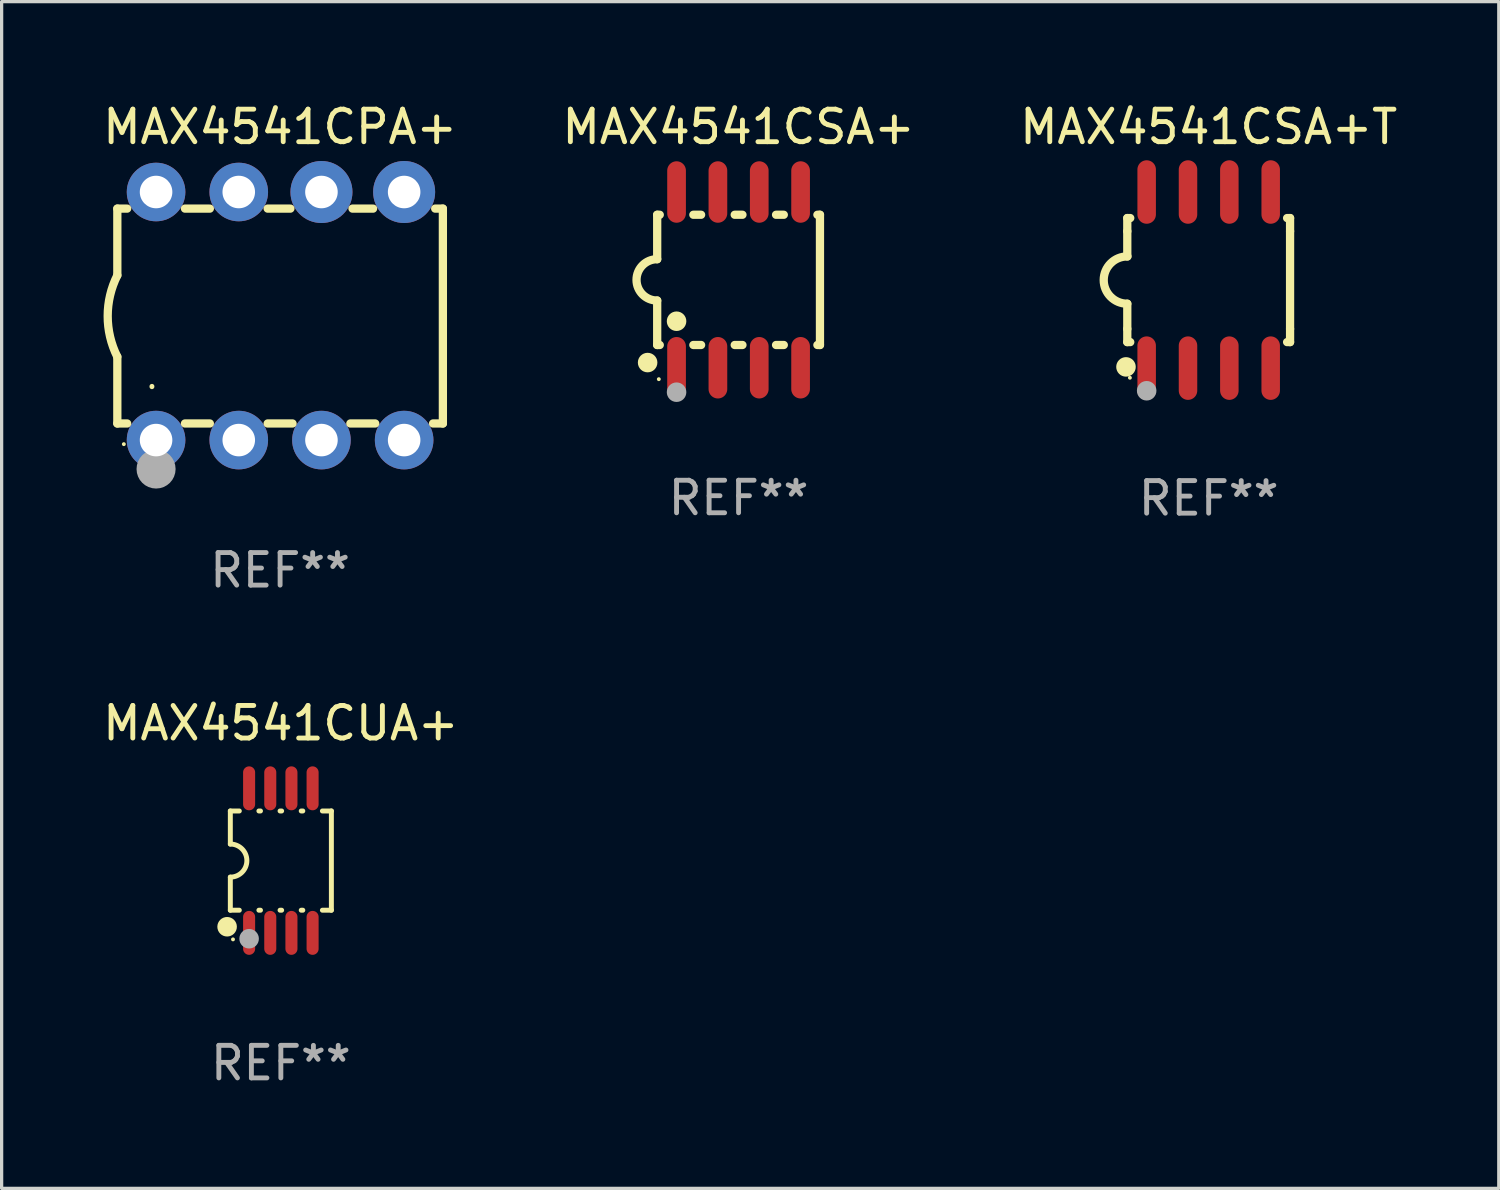
<source format=kicad_pcb>
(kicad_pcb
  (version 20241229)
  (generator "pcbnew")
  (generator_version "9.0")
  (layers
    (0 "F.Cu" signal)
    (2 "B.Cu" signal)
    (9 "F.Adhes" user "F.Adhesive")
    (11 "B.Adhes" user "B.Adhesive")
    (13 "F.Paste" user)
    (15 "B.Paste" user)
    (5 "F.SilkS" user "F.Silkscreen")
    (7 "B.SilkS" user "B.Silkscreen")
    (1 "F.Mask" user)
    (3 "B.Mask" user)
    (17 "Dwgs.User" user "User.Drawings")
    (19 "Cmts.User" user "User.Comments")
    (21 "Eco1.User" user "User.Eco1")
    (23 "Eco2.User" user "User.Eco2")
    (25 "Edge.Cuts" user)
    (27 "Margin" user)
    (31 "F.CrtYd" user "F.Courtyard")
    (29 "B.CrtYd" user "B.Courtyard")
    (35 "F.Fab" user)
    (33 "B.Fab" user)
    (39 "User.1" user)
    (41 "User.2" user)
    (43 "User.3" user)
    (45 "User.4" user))
  (footprint "MAX4541CSA+T"
    (layer "F.Cu")
    (at 34.077 5.553)
    (property "Reference" "MAX4541CSA+T" (at 0 -4.705 0) (layer "F.SilkS") (effects (font (size 1 1) (thickness 0.15))))
    (attr through_hole)
    (fp_line (start -2.5 -1.905) (end -2.409 -1.905) (stroke (width 0.254) (type solid)) (layer "F.SilkS"))
    (fp_line (start -2.5 -1.5) (end -2.5 -1.905) (stroke (width 0.254) (type solid)) (layer "F.SilkS"))
    (fp_line (start -2.5 -1.5) (end -2.5 -0.726) (stroke (width 0.254) (type solid)) (layer "F.SilkS"))
    (fp_line (start -2.5 1.5) (end -2.5 0.727) (stroke (width 0.254) (type solid)) (layer "F.SilkS"))
    (fp_line (start -2.5 1.5) (end -2.5 1.905) (stroke (width 0.254) (type solid)) (layer "F.SilkS"))
    (fp_line (start -2.5 1.905) (end -2.409 1.905) (stroke (width 0.254) (type solid)) (layer "F.SilkS"))
    (fp_line (start 2.5 -1.905) (end 2.409 -1.905) (stroke (width 0.254) (type solid)) (layer "F.SilkS"))
    (fp_line (start 2.5 -1.5) (end 2.5 -1.905) (stroke (width 0.254) (type solid)) (layer "F.SilkS"))
    (fp_line (start 2.5 -1.5) (end 2.5 1.5) (stroke (width 0.254) (type solid)) (layer "F.SilkS"))
    (fp_line (start 2.5 1.5) (end 2.5 1.905) (stroke (width 0.254) (type solid)) (layer "F.SilkS"))
    (fp_line (start 2.5 1.905) (end 2.409 1.905) (stroke (width 0.254) (type solid)) (layer "F.SilkS"))
    (fp_arc (start -2.5 0.726568) (mid -3.220316 -0.0023) (end -2.495097 -0.726289) (stroke (width 0.254001) (type solid)) (layer "F.SilkS"))
    (fp_circle (center -2.54 2.667) (end -2.39 2.667) (stroke (width 0.3) (type solid)) (fill no) (layer "F.SilkS"))
    (fp_circle (center -2.42 3) (end -2.39 3) (stroke (width 0.06) (type solid)) (fill no) (layer "F.SilkS"))
    (fp_circle (center -1.905 3.4) (end -1.755 3.4) (stroke (width 0.3) (type solid)) (fill no) (layer "F.Fab"))
    (fp_text user "REF**" (at 0 6.705 0) (layer "F.Fab") (effects (font (size 1 1) (thickness 0.15))))
    (pad "1" smd oval (at -1.905 2.705) (size 0.568 1.95) (layers "F.Cu" "F.Mask" "F.Paste"))
    (pad "2" smd oval (at -0.635 2.705) (size 0.568 1.95) (layers "F.Cu" "F.Mask" "F.Paste"))
    (pad "3" smd oval (at 0.635 2.705) (size 0.568 1.95) (layers "F.Cu" "F.Mask" "F.Paste"))
    (pad "4" smd oval (at 1.905 2.705) (size 0.568 1.95) (layers "F.Cu" "F.Mask" "F.Paste"))
    (pad "5" smd oval (at 1.905 -2.705) (size 0.568 1.95) (layers "F.Cu" "F.Mask" "F.Paste"))
    (pad "6" smd oval (at 0.635 -2.705) (size 0.568 1.95) (layers "F.Cu" "F.Mask" "F.Paste"))
    (pad "7" smd oval (at -0.635 -2.705) (size 0.568 1.95) (layers "F.Cu" "F.Mask" "F.Paste"))
    (pad "8" smd oval (at -1.905 -2.705) (size 0.568 1.95) (layers "F.Cu" "F.Mask" "F.Paste")))
  (footprint "MAX4541CPA+"
    (layer "F.Cu")
    (at 5.554 6.658)
    (property "Reference" "MAX4541CPA+" (at 0 -5.81 0) (layer "F.SilkS") (effects (font (size 1 1) (thickness 0.15))))
    (attr through_hole)
    (fp_line (start -5 -3.3) (end -5 -1.25) (stroke (width 0.254) (type solid)) (layer "F.SilkS"))
    (fp_line (start -5 -3.3) (end -4.698 -3.3) (stroke (width 0.254) (type solid)) (layer "F.SilkS"))
    (fp_line (start -5 3.3) (end -5 1.25) (stroke (width 0.254) (type solid)) (layer "F.SilkS"))
    (fp_line (start -5 3.3) (end -4.698 3.3) (stroke (width 0.254) (type solid)) (layer "F.SilkS"))
    (fp_line (start -2.922 -3.3) (end -2.158 -3.3) (stroke (width 0.254) (type solid)) (layer "F.SilkS"))
    (fp_line (start -2.922 3.3) (end -2.158 3.3) (stroke (width 0.254) (type solid)) (layer "F.SilkS"))
    (fp_line (start -0.382 -3.3) (end 0.316 -3.3) (stroke (width 0.254) (type solid)) (layer "F.SilkS"))
    (fp_line (start -0.382 3.3) (end 0.382 3.3) (stroke (width 0.254) (type solid)) (layer "F.SilkS"))
    (fp_line (start 2.158 3.3) (end 2.922 3.3) (stroke (width 0.254) (type solid)) (layer "F.SilkS"))
    (fp_line (start 2.224 -3.3) (end 2.856 -3.3) (stroke (width 0.254) (type solid)) (layer "F.SilkS"))
    (fp_line (start 4.698 3.3) (end 5 3.3) (stroke (width 0.254) (type solid)) (layer "F.SilkS"))
    (fp_line (start 4.764 -3.3) (end 5 -3.3) (stroke (width 0.254) (type solid)) (layer "F.SilkS"))
    (fp_line (start 5 -3.3) (end 5 3.3) (stroke (width 0.254) (type solid)) (layer "F.SilkS"))
    (fp_arc (start -5.00127 1.249682) (mid -5.295892 -0.000313) (end -5.000025 -1.250013) (stroke (width 0.254001) (type solid)) (layer "F.SilkS"))
    (fp_arc (start -3.937262 2.170256) (mid -3.937197 2.164629) (end -3.937008 2.159004) (stroke (width 0.149987) (type solid)) (layer "F.SilkS"))
    (fp_circle (center -4.8 3.935) (end -4.77 3.935) (stroke (width 0.06) (type solid)) (fill no) (layer "F.SilkS"))
    (fp_circle (center -3.81 4.699) (end -3.51 4.699) (stroke (width 0.6) (type solid)) (fill no) (layer "F.Fab"))
    (fp_text user "REF**" (at 0 7.81 0) (layer "F.Fab") (effects (font (size 1 1) (thickness 0.15))))
    (pad "1" thru_hole circle (at -3.81 3.81) (size 1.8 1.8) (drill 1) (layers "*.Cu" "*.Mask"))
    (pad "2" thru_hole circle (at -1.27 3.81) (size 1.8 1.8) (drill 1) (layers "*.Cu" "*.Mask"))
    (pad "3" thru_hole circle (at 1.27 3.81) (size 1.8 1.8) (drill 1) (layers "*.Cu" "*.Mask"))
    (pad "4" thru_hole circle (at 3.81 3.81) (size 1.8 1.8) (drill 1) (layers "*.Cu" "*.Mask"))
    (pad "5" thru_hole circle (at 3.81 -3.81) (size 1.905 1.905) (drill 1) (layers "*.Cu" "*.Mask"))
    (pad "6" thru_hole circle (at 1.27 -3.81) (size 1.905 1.905) (drill 1) (layers "*.Cu" "*.Mask"))
    (pad "7" thru_hole circle (at -1.27 -3.81) (size 1.8 1.8) (drill 1) (layers "*.Cu" "*.Mask"))
    (pad "8" thru_hole circle (at -3.81 -3.81) (size 1.8 1.8) (drill 1) (layers "*.Cu" "*.Mask")))
  (footprint "MAX4541CSA+"
    (layer "F.Cu")
    (at 19.637 5.547)
    (property "Reference" "MAX4541CSA+" (at 0 -4.699 0) (layer "F.SilkS") (effects (font (size 1 1) (thickness 0.15))))
    (attr through_hole)
    (fp_line (start -2.5 -2) (end -2.5 -0.635) (stroke (width 0.254) (type solid)) (layer "F.SilkS"))
    (fp_line (start -2.5 -2) (end -2.421 -2) (stroke (width 0.254) (type solid)) (layer "F.SilkS"))
    (fp_line (start -2.5 2) (end -2.5 0.635) (stroke (width 0.254) (type solid)) (layer "F.SilkS"))
    (fp_line (start -2.5 2) (end -2.421 2) (stroke (width 0.254) (type solid)) (layer "F.SilkS"))
    (fp_line (start -1.389 -2) (end -1.151 -2) (stroke (width 0.254) (type solid)) (layer "F.SilkS"))
    (fp_line (start -1.389 2) (end -1.151 2) (stroke (width 0.254) (type solid)) (layer "F.SilkS"))
    (fp_line (start -0.119 -2) (end 0.119 -2) (stroke (width 0.254) (type solid)) (layer "F.SilkS"))
    (fp_line (start -0.119 2) (end 0.119 2) (stroke (width 0.254) (type solid)) (layer "F.SilkS"))
    (fp_line (start 1.151 -2) (end 1.389 -2) (stroke (width 0.254) (type solid)) (layer "F.SilkS"))
    (fp_line (start 1.151 2) (end 1.389 2) (stroke (width 0.254) (type solid)) (layer "F.SilkS"))
    (fp_line (start 2.421 -2) (end 2.5 -2) (stroke (width 0.254) (type solid)) (layer "F.SilkS"))
    (fp_line (start 2.421 2) (end 2.5 2) (stroke (width 0.254) (type solid)) (layer "F.SilkS"))
    (fp_line (start 2.5 -2) (end 2.5 2) (stroke (width 0.254) (type solid)) (layer "F.SilkS"))
    (fp_arc (start -2.5 0.635001) (mid -3.134366 -0.000318) (end -2.499365 -0.635001) (stroke (width 0.254001) (type solid)) (layer "F.SilkS"))
    (fp_circle (center -2.794 2.54) (end -2.644 2.54) (stroke (width 0.3) (type solid)) (fill no) (layer "F.SilkS"))
    (fp_circle (center -2.45 3.05) (end -2.42 3.05) (stroke (width 0.06) (type solid)) (fill no) (layer "F.SilkS"))
    (fp_circle (center -1.905 1.27) (end -1.755 1.27) (stroke (width 0.3) (type solid)) (fill no) (layer "F.SilkS"))
    (fp_circle (center -1.905 3.45) (end -1.755 3.45) (stroke (width 0.3) (type solid)) (fill no) (layer "F.Fab"))
    (fp_text user "REF**" (at 0 6.699 0) (layer "F.Fab") (effects (font (size 1 1) (thickness 0.15))))
    (pad "1" smd oval (at -1.905 2.699) (size 0.574 1.888) (layers "F.Cu" "F.Mask" "F.Paste"))
    (pad "2" smd oval (at -0.635 2.699) (size 0.574 1.888) (layers "F.Cu" "F.Mask" "F.Paste"))
    (pad "3" smd oval (at 0.635 2.699) (size 0.574 1.888) (layers "F.Cu" "F.Mask" "F.Paste"))
    (pad "4" smd oval (at 1.905 2.699) (size 0.574 1.888) (layers "F.Cu" "F.Mask" "F.Paste"))
    (pad "5" smd oval (at 1.905 -2.699) (size 0.574 1.888) (layers "F.Cu" "F.Mask" "F.Paste"))
    (pad "6" smd oval (at 0.635 -2.699) (size 0.574 1.888) (layers "F.Cu" "F.Mask" "F.Paste"))
    (pad "7" smd oval (at -0.635 -2.699) (size 0.574 1.888) (layers "F.Cu" "F.Mask" "F.Paste"))
    (pad "8" smd oval (at -1.905 -2.699) (size 0.574 1.888) (layers "F.Cu" "F.Mask" "F.Paste")))
  (footprint "MAX4541CUA+"
    (layer "F.Cu")
    (at 5.577 23.385)
    (property "Reference" "MAX4541CUA+" (at 0 -4.22 0) (layer "F.SilkS") (effects (font (size 1 1) (thickness 0.15))))
    (attr through_hole)
    (fp_line (start -1.552 -1.524) (end -1.276 -1.524) (stroke (width 0.152) (type solid)) (layer "F.SilkS"))
    (fp_line (start -1.552 -0.508) (end -1.552 -1.524) (stroke (width 0.152) (type solid)) (layer "F.SilkS"))
    (fp_line (start -1.552 1.524) (end -1.552 0.508) (stroke (width 0.152) (type solid)) (layer "F.SilkS"))
    (fp_line (start -1.552 1.524) (end -1.276 1.524) (stroke (width 0.152) (type solid)) (layer "F.SilkS"))
    (fp_line (start -0.674 -1.524) (end -0.626 -1.524) (stroke (width 0.152) (type solid)) (layer "F.SilkS"))
    (fp_line (start -0.674 1.524) (end -0.626 1.524) (stroke (width 0.152) (type solid)) (layer "F.SilkS"))
    (fp_line (start -0.024 -1.524) (end 0.024 -1.524) (stroke (width 0.152) (type solid)) (layer "F.SilkS"))
    (fp_line (start -0.024 1.524) (end 0.024 1.524) (stroke (width 0.152) (type solid)) (layer "F.SilkS"))
    (fp_line (start 0.626 -1.524) (end 0.674 -1.524) (stroke (width 0.152) (type solid)) (layer "F.SilkS"))
    (fp_line (start 0.626 1.524) (end 0.674 1.524) (stroke (width 0.152) (type solid)) (layer "F.SilkS"))
    (fp_line (start 1.276 1.524) (end 1.552 1.524) (stroke (width 0.152) (type solid)) (layer "F.SilkS"))
    (fp_line (start 1.276 -1.524) (end 1.552 -1.524) (stroke (width 0.152) (type solid)) (layer "F.SilkS"))
    (fp_line (start 1.552 -1.524) (end 1.552 1.524) (stroke (width 0.152) (type solid)) (layer "F.SilkS"))
    (fp_arc (start -1.551943 -0.508001) (mid -1.043942 0) (end -1.551943 0.508001) (stroke (width 0.151994) (type solid)) (layer "F.SilkS"))
    (fp_circle (center -1.651 2.032) (end -1.501 2.032) (stroke (width 0.3) (type solid)) (fill no) (layer "F.SilkS"))
    (fp_circle (center -1.47 2.42) (end -1.44 2.42) (stroke (width 0.06) (type solid)) (fill no) (layer "F.SilkS"))
    (fp_circle (center -0.975 2.4) (end -0.825 2.4) (stroke (width 0.3) (type solid)) (fill no) (layer "F.Fab"))
    (fp_text user "REF**" (at 0 6.22 0) (layer "F.Fab") (effects (font (size 1 1) (thickness 0.15))))
    (pad "1" smd oval (at -0.975 2.22) (size 0.37 1.35) (layers "F.Cu" "F.Mask" "F.Paste"))
    (pad "2" smd oval (at -0.325 2.22) (size 0.37 1.35) (layers "F.Cu" "F.Mask" "F.Paste"))
    (pad "3" smd oval (at 0.325 2.22) (size 0.37 1.35) (layers "F.Cu" "F.Mask" "F.Paste"))
    (pad "4" smd oval (at 0.975 2.22) (size 0.37 1.35) (layers "F.Cu" "F.Mask" "F.Paste"))
    (pad "5" smd oval (at 0.975 -2.22) (size 0.37 1.35) (layers "F.Cu" "F.Mask" "F.Paste"))
    (pad "6" smd oval (at 0.325 -2.22) (size 0.37 1.35) (layers "F.Cu" "F.Mask" "F.Paste"))
    (pad "7" smd oval (at -0.325 -2.22) (size 0.37 1.35) (layers "F.Cu" "F.Mask" "F.Paste"))
    (pad "8" smd oval (at -0.975 -2.22) (size 0.37 1.35) (layers "F.Cu" "F.Mask" "F.Paste")))
  (gr_rect
    (start -3 -3)
    (end 42.988 33.453)
    (stroke (width 0.1) (type default))
    (fill no)
    (layer "Edge.Cuts")))
</source>
